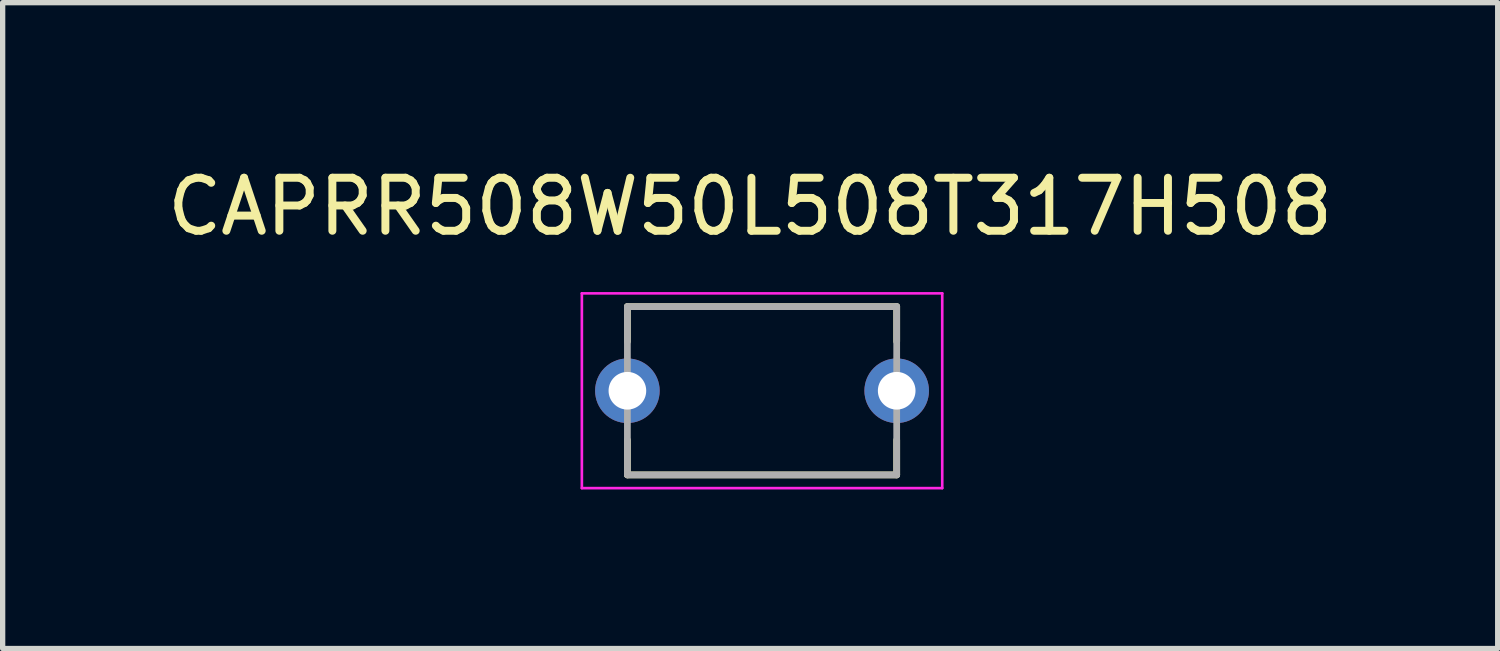
<source format=kicad_pcb>
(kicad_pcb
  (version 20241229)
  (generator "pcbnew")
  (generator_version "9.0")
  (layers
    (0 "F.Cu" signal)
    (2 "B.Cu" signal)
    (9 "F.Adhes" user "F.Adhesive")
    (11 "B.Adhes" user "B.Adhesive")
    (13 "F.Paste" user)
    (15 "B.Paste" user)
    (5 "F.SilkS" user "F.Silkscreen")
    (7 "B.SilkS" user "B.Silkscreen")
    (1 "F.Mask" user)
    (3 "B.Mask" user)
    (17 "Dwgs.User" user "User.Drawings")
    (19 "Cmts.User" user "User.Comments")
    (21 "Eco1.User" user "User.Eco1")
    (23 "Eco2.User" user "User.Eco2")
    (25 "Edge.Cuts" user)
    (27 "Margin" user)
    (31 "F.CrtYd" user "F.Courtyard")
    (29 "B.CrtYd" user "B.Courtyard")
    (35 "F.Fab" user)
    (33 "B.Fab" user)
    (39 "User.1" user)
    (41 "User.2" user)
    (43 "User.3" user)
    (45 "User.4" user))
  (footprint "CAPRR508W50L508T317H508"
    (layer "F.Cu")
    (at 11.325 4.321)
    (property "Reference" "CAPRR508W50L508T317H508" (at -0.224 -3.473 0) (layer "F.SilkS") (effects (font (size 1 1) (thickness 0.15))))
    (attr through_hole)
    (fp_line (start -2.54 -1.587) (end -2.54 -0.929) (stroke (width 0.127) (type solid)) (layer "F.SilkS"))
    (fp_line (start -2.54 1.587) (end -2.54 0.929) (stroke (width 0.127) (type solid)) (layer "F.SilkS"))
    (fp_line (start -2.54 1.587) (end 2.54 1.587) (stroke (width 0.127) (type solid)) (layer "F.SilkS"))
    (fp_line (start 2.54 -1.587) (end -2.54 -1.587) (stroke (width 0.127) (type solid)) (layer "F.SilkS"))
    (fp_line (start 2.54 -0.929) (end 2.54 -1.587) (stroke (width 0.127) (type solid)) (layer "F.SilkS"))
    (fp_line (start 2.54 1.587) (end 2.54 0.929) (stroke (width 0.127) (type solid)) (layer "F.SilkS"))
    (fp_line (start -3.399 -1.837) (end -3.399 1.837) (stroke (width 0.05) (type solid)) (layer "F.CrtYd"))
    (fp_line (start -3.399 1.837) (end 3.399 1.837) (stroke (width 0.05) (type solid)) (layer "F.CrtYd"))
    (fp_line (start 3.399 -1.837) (end -3.399 -1.837) (stroke (width 0.05) (type solid)) (layer "F.CrtYd"))
    (fp_line (start 3.399 1.837) (end 3.399 -1.837) (stroke (width 0.05) (type solid)) (layer "F.CrtYd"))
    (fp_line (start -2.54 -1.587) (end -2.54 1.587) (stroke (width 0.127) (type solid)) (layer "F.Fab"))
    (fp_line (start -2.54 1.587) (end 2.54 1.587) (stroke (width 0.127) (type solid)) (layer "F.Fab"))
    (fp_line (start 2.54 -1.587) (end -2.54 -1.587) (stroke (width 0.127) (type solid)) (layer "F.Fab"))
    (fp_line (start 2.54 1.587) (end 2.54 -1.587) (stroke (width 0.127) (type solid)) (layer "F.Fab"))
    (pad "1" thru_hole circle (at -2.54 0) (size 1.218 1.218) (drill 0.71) (layers "*.Cu" "*.Mask"))
    (pad "2" thru_hole circle (at 2.54 0) (size 1.218 1.218) (drill 0.71) (layers "*.Cu" "*.Mask")))
  (gr_rect
    (start -3 -3)
    (end 25.202 9.183)
    (stroke (width 0.1) (type default))
    (fill no)
    (layer "Edge.Cuts")))
</source>
